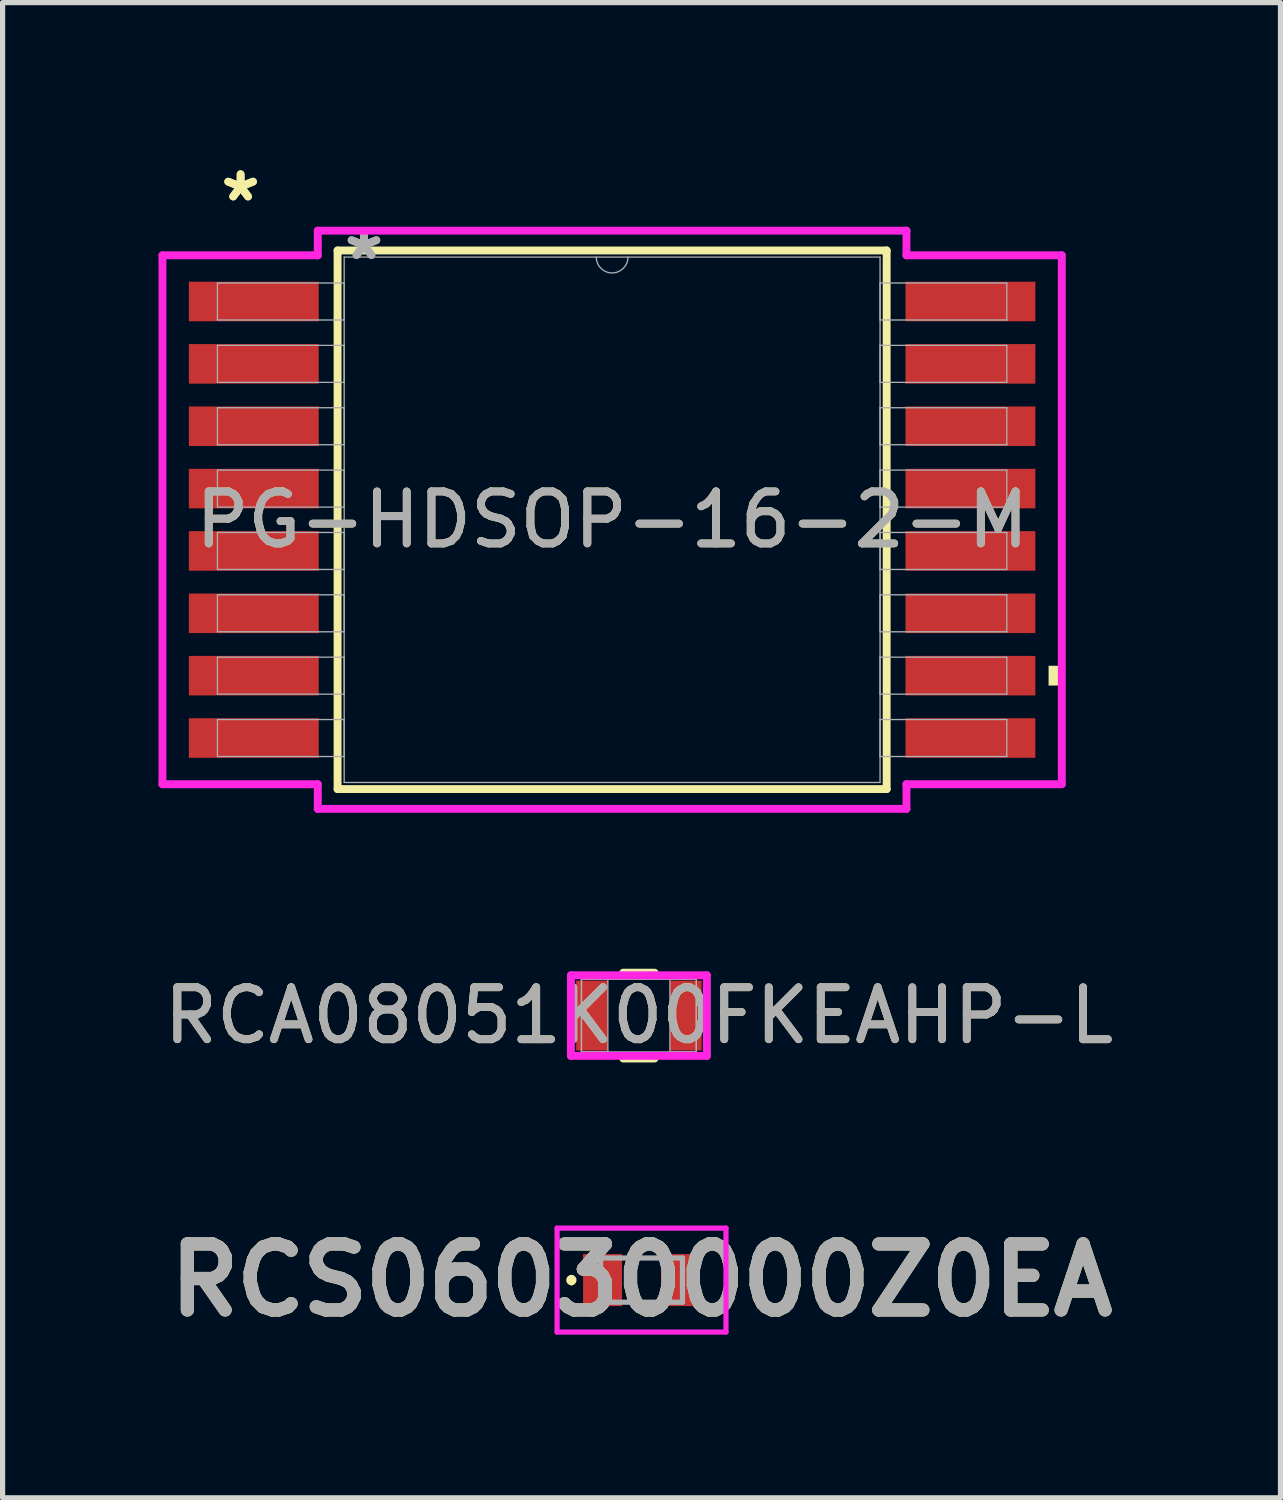
<source format=kicad_pcb>
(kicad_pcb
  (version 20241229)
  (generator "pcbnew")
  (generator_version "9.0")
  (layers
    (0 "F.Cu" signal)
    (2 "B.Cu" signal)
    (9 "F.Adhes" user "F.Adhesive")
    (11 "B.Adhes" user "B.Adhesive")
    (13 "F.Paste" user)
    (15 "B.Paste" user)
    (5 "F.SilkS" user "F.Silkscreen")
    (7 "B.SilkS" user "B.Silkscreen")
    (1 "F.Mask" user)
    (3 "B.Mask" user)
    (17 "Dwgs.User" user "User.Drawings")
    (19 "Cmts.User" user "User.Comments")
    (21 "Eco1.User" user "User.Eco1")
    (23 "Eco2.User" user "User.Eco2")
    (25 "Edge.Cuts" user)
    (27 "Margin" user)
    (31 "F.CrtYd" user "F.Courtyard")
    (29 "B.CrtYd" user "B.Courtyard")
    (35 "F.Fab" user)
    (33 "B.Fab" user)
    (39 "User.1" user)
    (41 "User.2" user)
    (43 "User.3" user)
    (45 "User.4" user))
  (footprint "PG-HDSOP-16-2-M"
    (layer "F.Cu")
    (at 8.729 6.952)
    (property "Reference" "PG-HDSOP-16-2-M" (at 0 0 0) (unlocked yes) (layer "F.SilkS") (effects (font (size 1 1) (thickness 0.15))))
    (attr smd)
    (fp_line (start -5.283 -5.182) (end -5.283 5.182) (stroke (width 0.152) (type solid)) (layer "F.SilkS"))
    (fp_line (start -5.283 5.182) (end 5.283 5.182) (stroke (width 0.152) (type solid)) (layer "F.SilkS"))
    (fp_line (start 5.283 -5.182) (end -5.283 -5.182) (stroke (width 0.152) (type solid)) (layer "F.SilkS"))
    (fp_line (start 5.283 5.182) (end 5.283 -5.182) (stroke (width 0.152) (type solid)) (layer "F.SilkS"))
    (fp_poly (pts (xy 8.653 2.809) (xy 8.653 3.19) (xy 8.399 3.19) (xy 8.399 2.809)) (stroke (width 0) (type solid)) (fill yes) (layer "F.SilkS"))
    (fp_line (start -8.653 -5.089) (end -5.664 -5.089) (stroke (width 0.152) (type solid)) (layer "F.CrtYd"))
    (fp_line (start -8.653 5.089) (end -8.653 -5.089) (stroke (width 0.152) (type solid)) (layer "F.CrtYd"))
    (fp_line (start -8.653 5.089) (end -5.664 5.089) (stroke (width 0.152) (type solid)) (layer "F.CrtYd"))
    (fp_line (start -5.664 -5.563) (end 5.664 -5.563) (stroke (width 0.152) (type solid)) (layer "F.CrtYd"))
    (fp_line (start -5.664 -5.089) (end -5.664 -5.563) (stroke (width 0.152) (type solid)) (layer "F.CrtYd"))
    (fp_line (start -5.664 5.563) (end -5.664 5.089) (stroke (width 0.152) (type solid)) (layer "F.CrtYd"))
    (fp_line (start 5.664 -5.563) (end 5.664 -5.089) (stroke (width 0.152) (type solid)) (layer "F.CrtYd"))
    (fp_line (start 5.664 5.089) (end 5.664 5.563) (stroke (width 0.152) (type solid)) (layer "F.CrtYd"))
    (fp_line (start 5.664 5.563) (end -5.664 5.563) (stroke (width 0.152) (type solid)) (layer "F.CrtYd"))
    (fp_line (start 8.653 -5.089) (end 5.664 -5.089) (stroke (width 0.152) (type solid)) (layer "F.CrtYd"))
    (fp_line (start 8.653 -5.089) (end 8.653 5.089) (stroke (width 0.152) (type solid)) (layer "F.CrtYd"))
    (fp_line (start 8.653 5.089) (end 5.664 5.089) (stroke (width 0.152) (type solid)) (layer "F.CrtYd"))
    (fp_line (start -7.595 -4.556) (end -7.595 -3.844) (stroke (width 0.025) (type solid)) (layer "F.Fab"))
    (fp_line (start -7.595 -3.844) (end -5.156 -3.844) (stroke (width 0.025) (type solid)) (layer "F.Fab"))
    (fp_line (start -7.595 -3.356) (end -7.595 -2.644) (stroke (width 0.025) (type solid)) (layer "F.Fab"))
    (fp_line (start -7.595 -2.644) (end -5.156 -2.644) (stroke (width 0.025) (type solid)) (layer "F.Fab"))
    (fp_line (start -7.595 -2.156) (end -7.595 -1.444) (stroke (width 0.025) (type solid)) (layer "F.Fab"))
    (fp_line (start -7.595 -1.444) (end -5.156 -1.444) (stroke (width 0.025) (type solid)) (layer "F.Fab"))
    (fp_line (start -7.595 -0.956) (end -7.595 -0.244) (stroke (width 0.025) (type solid)) (layer "F.Fab"))
    (fp_line (start -7.595 -0.244) (end -5.156 -0.244) (stroke (width 0.025) (type solid)) (layer "F.Fab"))
    (fp_line (start -7.595 0.244) (end -7.595 0.956) (stroke (width 0.025) (type solid)) (layer "F.Fab"))
    (fp_line (start -7.595 0.956) (end -5.156 0.956) (stroke (width 0.025) (type solid)) (layer "F.Fab"))
    (fp_line (start -7.595 1.444) (end -7.595 2.156) (stroke (width 0.025) (type solid)) (layer "F.Fab"))
    (fp_line (start -7.595 2.156) (end -5.156 2.156) (stroke (width 0.025) (type solid)) (layer "F.Fab"))
    (fp_line (start -7.595 2.644) (end -7.595 3.356) (stroke (width 0.025) (type solid)) (layer "F.Fab"))
    (fp_line (start -7.595 3.356) (end -5.156 3.356) (stroke (width 0.025) (type solid)) (layer "F.Fab"))
    (fp_line (start -7.595 3.844) (end -7.595 4.556) (stroke (width 0.025) (type solid)) (layer "F.Fab"))
    (fp_line (start -7.595 4.556) (end -5.156 4.556) (stroke (width 0.025) (type solid)) (layer "F.Fab"))
    (fp_line (start -5.156 -5.055) (end -5.156 5.055) (stroke (width 0.025) (type solid)) (layer "F.Fab"))
    (fp_line (start -5.156 -4.556) (end -7.595 -4.556) (stroke (width 0.025) (type solid)) (layer "F.Fab"))
    (fp_line (start -5.156 -3.844) (end -5.156 -4.556) (stroke (width 0.025) (type solid)) (layer "F.Fab"))
    (fp_line (start -5.156 -3.356) (end -7.595 -3.356) (stroke (width 0.025) (type solid)) (layer "F.Fab"))
    (fp_line (start -5.156 -2.644) (end -5.156 -3.356) (stroke (width 0.025) (type solid)) (layer "F.Fab"))
    (fp_line (start -5.156 -2.156) (end -7.595 -2.156) (stroke (width 0.025) (type solid)) (layer "F.Fab"))
    (fp_line (start -5.156 -1.444) (end -5.156 -2.156) (stroke (width 0.025) (type solid)) (layer "F.Fab"))
    (fp_line (start -5.156 -0.956) (end -7.595 -0.956) (stroke (width 0.025) (type solid)) (layer "F.Fab"))
    (fp_line (start -5.156 -0.244) (end -5.156 -0.956) (stroke (width 0.025) (type solid)) (layer "F.Fab"))
    (fp_line (start -5.156 0.244) (end -7.595 0.244) (stroke (width 0.025) (type solid)) (layer "F.Fab"))
    (fp_line (start -5.156 0.956) (end -5.156 0.244) (stroke (width 0.025) (type solid)) (layer "F.Fab"))
    (fp_line (start -5.156 1.444) (end -7.595 1.444) (stroke (width 0.025) (type solid)) (layer "F.Fab"))
    (fp_line (start -5.156 2.156) (end -5.156 1.444) (stroke (width 0.025) (type solid)) (layer "F.Fab"))
    (fp_line (start -5.156 2.644) (end -7.595 2.644) (stroke (width 0.025) (type solid)) (layer "F.Fab"))
    (fp_line (start -5.156 3.356) (end -5.156 2.644) (stroke (width 0.025) (type solid)) (layer "F.Fab"))
    (fp_line (start -5.156 3.844) (end -7.595 3.844) (stroke (width 0.025) (type solid)) (layer "F.Fab"))
    (fp_line (start -5.156 4.556) (end -5.156 3.844) (stroke (width 0.025) (type solid)) (layer "F.Fab"))
    (fp_line (start -5.156 5.055) (end 5.156 5.055) (stroke (width 0.025) (type solid)) (layer "F.Fab"))
    (fp_line (start 5.156 -5.055) (end -5.156 -5.055) (stroke (width 0.025) (type solid)) (layer "F.Fab"))
    (fp_line (start 5.156 -4.556) (end 5.156 -3.844) (stroke (width 0.025) (type solid)) (layer "F.Fab"))
    (fp_line (start 5.156 -3.844) (end 7.595 -3.844) (stroke (width 0.025) (type solid)) (layer "F.Fab"))
    (fp_line (start 5.156 -3.356) (end 5.156 -2.644) (stroke (width 0.025) (type solid)) (layer "F.Fab"))
    (fp_line (start 5.156 -2.644) (end 7.595 -2.644) (stroke (width 0.025) (type solid)) (layer "F.Fab"))
    (fp_line (start 5.156 -2.156) (end 5.156 -1.444) (stroke (width 0.025) (type solid)) (layer "F.Fab"))
    (fp_line (start 5.156 -1.444) (end 7.595 -1.444) (stroke (width 0.025) (type solid)) (layer "F.Fab"))
    (fp_line (start 5.156 -0.956) (end 5.156 -0.244) (stroke (width 0.025) (type solid)) (layer "F.Fab"))
    (fp_line (start 5.156 -0.244) (end 7.595 -0.244) (stroke (width 0.025) (type solid)) (layer "F.Fab"))
    (fp_line (start 5.156 0.244) (end 5.156 0.956) (stroke (width 0.025) (type solid)) (layer "F.Fab"))
    (fp_line (start 5.156 0.956) (end 7.595 0.956) (stroke (width 0.025) (type solid)) (layer "F.Fab"))
    (fp_line (start 5.156 1.444) (end 5.156 2.156) (stroke (width 0.025) (type solid)) (layer "F.Fab"))
    (fp_line (start 5.156 2.156) (end 7.595 2.156) (stroke (width 0.025) (type solid)) (layer "F.Fab"))
    (fp_line (start 5.156 2.644) (end 5.156 3.356) (stroke (width 0.025) (type solid)) (layer "F.Fab"))
    (fp_line (start 5.156 3.356) (end 7.595 3.356) (stroke (width 0.025) (type solid)) (layer "F.Fab"))
    (fp_line (start 5.156 3.844) (end 5.156 4.556) (stroke (width 0.025) (type solid)) (layer "F.Fab"))
    (fp_line (start 5.156 4.556) (end 7.595 4.556) (stroke (width 0.025) (type solid)) (layer "F.Fab"))
    (fp_line (start 5.156 5.055) (end 5.156 -5.055) (stroke (width 0.025) (type solid)) (layer "F.Fab"))
    (fp_line (start 7.595 -4.556) (end 5.156 -4.556) (stroke (width 0.025) (type solid)) (layer "F.Fab"))
    (fp_line (start 7.595 -3.844) (end 7.595 -4.556) (stroke (width 0.025) (type solid)) (layer "F.Fab"))
    (fp_line (start 7.595 -3.356) (end 5.156 -3.356) (stroke (width 0.025) (type solid)) (layer "F.Fab"))
    (fp_line (start 7.595 -2.644) (end 7.595 -3.356) (stroke (width 0.025) (type solid)) (layer "F.Fab"))
    (fp_line (start 7.595 -2.156) (end 5.156 -2.156) (stroke (width 0.025) (type solid)) (layer "F.Fab"))
    (fp_line (start 7.595 -1.444) (end 7.595 -2.156) (stroke (width 0.025) (type solid)) (layer "F.Fab"))
    (fp_line (start 7.595 -0.956) (end 5.156 -0.956) (stroke (width 0.025) (type solid)) (layer "F.Fab"))
    (fp_line (start 7.595 -0.244) (end 7.595 -0.956) (stroke (width 0.025) (type solid)) (layer "F.Fab"))
    (fp_line (start 7.595 0.244) (end 5.156 0.244) (stroke (width 0.025) (type solid)) (layer "F.Fab"))
    (fp_line (start 7.595 0.956) (end 7.595 0.244) (stroke (width 0.025) (type solid)) (layer "F.Fab"))
    (fp_line (start 7.595 1.444) (end 5.156 1.444) (stroke (width 0.025) (type solid)) (layer "F.Fab"))
    (fp_line (start 7.595 2.156) (end 7.595 1.444) (stroke (width 0.025) (type solid)) (layer "F.Fab"))
    (fp_line (start 7.595 2.644) (end 5.156 2.644) (stroke (width 0.025) (type solid)) (layer "F.Fab"))
    (fp_line (start 7.595 3.356) (end 7.595 2.644) (stroke (width 0.025) (type solid)) (layer "F.Fab"))
    (fp_line (start 7.595 3.844) (end 5.156 3.844) (stroke (width 0.025) (type solid)) (layer "F.Fab"))
    (fp_line (start 7.595 4.556) (end 7.595 3.844) (stroke (width 0.025) (type solid)) (layer "F.Fab"))
    (fp_arc (start 0.3048 -5.0546) (mid 0 -4.7498) (end -0.3048 -5.0546) (stroke (width 0.0254) (type solid)) (layer "F.Fab"))
    (fp_text user "*" (at -7.149 -6.104 0) (unlocked yes) (layer "F.SilkS") (effects (font (size 1 1) (thickness 0.15))))
    (fp_text user "*" (at -7.149 -6.104 0) (layer "F.SilkS") (effects (font (size 1 1) (thickness 0.15))))
    (fp_text user "${REFERENCE}" (at 0 0 0) (unlocked yes) (layer "F.Fab") (effects (font (size 1 1) (thickness 0.15))))
    (fp_text user "*" (at -4.775 -4.978 0) (unlocked yes) (layer "F.Fab") (effects (font (size 1 1) (thickness 0.15))))
    (fp_text user "*" (at -4.775 -4.978 0) (layer "F.Fab") (effects (font (size 1 1) (thickness 0.15))))
    (pad "1" smd rect (at -6.895 -4.2) (size 2.499 0.761) (layers "F.Cu" "F.Mask" "F.Paste"))
    (pad "2" smd rect (at -6.895 -3) (size 2.499 0.761) (layers "F.Cu" "F.Mask" "F.Paste"))
    (pad "3" smd rect (at -6.895 -1.8) (size 2.499 0.761) (layers "F.Cu" "F.Mask" "F.Paste"))
    (pad "4" smd rect (at -6.895 -0.6) (size 2.499 0.761) (layers "F.Cu" "F.Mask" "F.Paste"))
    (pad "5" smd rect (at -6.895 0.6) (size 2.499 0.761) (layers "F.Cu" "F.Mask" "F.Paste"))
    (pad "6" smd rect (at -6.895 1.8) (size 2.499 0.761) (layers "F.Cu" "F.Mask" "F.Paste"))
    (pad "7" smd rect (at -6.895 3) (size 2.499 0.761) (layers "F.Cu" "F.Mask" "F.Paste"))
    (pad "8" smd rect (at -6.895 4.2) (size 2.499 0.761) (layers "F.Cu" "F.Mask" "F.Paste"))
    (pad "9" smd rect (at 6.895 4.2) (size 2.499 0.761) (layers "F.Cu" "F.Mask" "F.Paste"))
    (pad "10" smd rect (at 6.895 3) (size 2.499 0.761) (layers "F.Cu" "F.Mask" "F.Paste"))
    (pad "11" smd rect (at 6.895 1.8) (size 2.499 0.761) (layers "F.Cu" "F.Mask" "F.Paste"))
    (pad "12" smd rect (at 6.895 0.6) (size 2.499 0.761) (layers "F.Cu" "F.Mask" "F.Paste"))
    (pad "13" smd rect (at 6.895 -0.6) (size 2.499 0.761) (layers "F.Cu" "F.Mask" "F.Paste"))
    (pad "14" smd rect (at 6.895 -1.8) (size 2.499 0.761) (layers "F.Cu" "F.Mask" "F.Paste"))
    (pad "15" smd rect (at 6.895 -3) (size 2.499 0.761) (layers "F.Cu" "F.Mask" "F.Paste"))
    (pad "16" smd rect (at 6.895 -4.2) (size 2.499 0.761) (layers "F.Cu" "F.Mask" "F.Paste")))
  (footprint "RCA08051K00FKEAHP-L"
    (layer "F.Cu")
    (at 9.244 16.493)
    (property "Reference" "RCA08051K00FKEAHP-L" (at 0 0 0) (unlocked yes) (layer "F.SilkS") (effects (font (size 1 1) (thickness 0.15))))
    (attr smd)
    (fp_line (start -0.301 0.826) (end 0.301 0.826) (stroke (width 0.152) (type solid)) (layer "F.SilkS"))
    (fp_line (start 0.301 -0.826) (end -0.301 -0.826) (stroke (width 0.152) (type solid)) (layer "F.SilkS"))
    (fp_line (start -1.308 -0.775) (end 1.308 -0.775) (stroke (width 0.152) (type solid)) (layer "F.CrtYd"))
    (fp_line (start -1.308 0.775) (end -1.308 -0.775) (stroke (width 0.152) (type solid)) (layer "F.CrtYd"))
    (fp_line (start 1.308 -0.775) (end 1.308 0.775) (stroke (width 0.152) (type solid)) (layer "F.CrtYd"))
    (fp_line (start 1.308 0.775) (end -1.308 0.775) (stroke (width 0.152) (type solid)) (layer "F.CrtYd"))
    (fp_line (start -1.105 -0.699) (end -1.105 0.699) (stroke (width 0.025) (type solid)) (layer "F.Fab"))
    (fp_line (start -1.105 -0.699) (end -1.105 0.699) (stroke (width 0.025) (type solid)) (layer "F.Fab"))
    (fp_line (start -1.105 0.699) (end -0.597 0.699) (stroke (width 0.025) (type solid)) (layer "F.Fab"))
    (fp_line (start -1.105 0.699) (end 1.105 0.699) (stroke (width 0.025) (type solid)) (layer "F.Fab"))
    (fp_line (start -0.597 -0.699) (end -1.105 -0.699) (stroke (width 0.025) (type solid)) (layer "F.Fab"))
    (fp_line (start -0.597 0.699) (end -0.597 -0.699) (stroke (width 0.025) (type solid)) (layer "F.Fab"))
    (fp_line (start 0.597 -0.699) (end 0.597 0.699) (stroke (width 0.025) (type solid)) (layer "F.Fab"))
    (fp_line (start 0.597 0.699) (end 1.105 0.699) (stroke (width 0.025) (type solid)) (layer "F.Fab"))
    (fp_line (start 1.105 -0.699) (end -1.105 -0.699) (stroke (width 0.025) (type solid)) (layer "F.Fab"))
    (fp_line (start 1.105 -0.699) (end 0.597 -0.699) (stroke (width 0.025) (type solid)) (layer "F.Fab"))
    (fp_line (start 1.105 0.699) (end 1.105 -0.699) (stroke (width 0.025) (type solid)) (layer "F.Fab"))
    (fp_line (start 1.105 0.699) (end 1.105 -0.699) (stroke (width 0.025) (type solid)) (layer "F.Fab"))
    (fp_text user "${REFERENCE}" (at 0 0 0) (unlocked yes) (layer "F.Fab") (effects (font (size 1 1) (thickness 0.15))))
    (pad "1" smd rect (at -0.902 0) (size 0.61 1.346) (layers "F.Cu" "F.Mask" "F.Paste"))
    (pad "2" smd rect (at 0.902 0) (size 0.61 1.346) (layers "F.Cu" "F.Mask" "F.Paste"))
    (zone (net_name "") (layer "F.Cu") (hatch full 0.508) (connect_pads) (min_thickness 0.254) (filled_areas_thickness no) (keepout (tracks not_allowed) (vias not_allowed) (pads allowed) (copperpour not_allowed) (footprints allowed)) (placement (enabled no)) (fill) (polygon (pts (xy 8.698 15.845) (xy 9.79 15.845) (xy 9.79 17.141) (xy 8.698 17.141)))))
  (footprint "RCS06030000Z0EA"
    (layer "F.Cu")
    (at 9.295 21.583)
    (property "Reference" "RCS06030000Z0EA" (at 0 0 0) (layer "F.SilkS") (effects (font (size 1.27 1.27) (thickness 0.254))))
    (attr smd)
    (fp_line (start -1.35 -0.05) (end -1.35 -0.05) (stroke (width 0.1) (type solid)) (layer "F.SilkS"))
    (fp_line (start -1.35 0.05) (end -1.35 0.05) (stroke (width 0.1) (type solid)) (layer "F.SilkS"))
    (fp_arc (start -1.35 -0.05) (mid -1.3 0) (end -1.35 0.05) (stroke (width 0.1) (type solid)) (layer "F.SilkS"))
    (fp_arc (start -1.35 0.05) (mid -1.4 0) (end -1.35 -0.05) (stroke (width 0.1) (type solid)) (layer "F.SilkS"))
    (fp_line (start -1.625 -1) (end 1.625 -1) (stroke (width 0.1) (type solid)) (layer "F.CrtYd"))
    (fp_line (start -1.625 1) (end -1.625 -1) (stroke (width 0.1) (type solid)) (layer "F.CrtYd"))
    (fp_line (start 1.625 -1) (end 1.625 1) (stroke (width 0.1) (type solid)) (layer "F.CrtYd"))
    (fp_line (start 1.625 1) (end -1.625 1) (stroke (width 0.1) (type solid)) (layer "F.CrtYd"))
    (fp_line (start -0.788 -0.425) (end 0.788 -0.425) (stroke (width 0.1) (type solid)) (layer "F.Fab"))
    (fp_line (start -0.788 0.425) (end -0.788 -0.425) (stroke (width 0.1) (type solid)) (layer "F.Fab"))
    (fp_line (start 0.788 -0.425) (end 0.788 0.425) (stroke (width 0.1) (type solid)) (layer "F.Fab"))
    (fp_line (start 0.788 0.425) (end -0.788 0.425) (stroke (width 0.1) (type solid)) (layer "F.Fab"))
    (fp_text user "${REFERENCE}" (at 0 0 0) (layer "F.Fab") (effects (font (size 1.27 1.27) (thickness 0.254))))
    (pad "1" smd rect (at -0.75 0) (size 0.75 1) (layers "F.Cu" "F.Mask" "F.Paste"))
    (pad "2" smd rect (at 0.75 0) (size 0.75 1) (layers "F.Cu" "F.Mask" "F.Paste")))
  (gr_rect
    (start -3 -3)
    (end 21.59 25.772)
    (stroke (width 0.1) (type default))
    (fill no)
    (layer "Edge.Cuts")))
</source>
